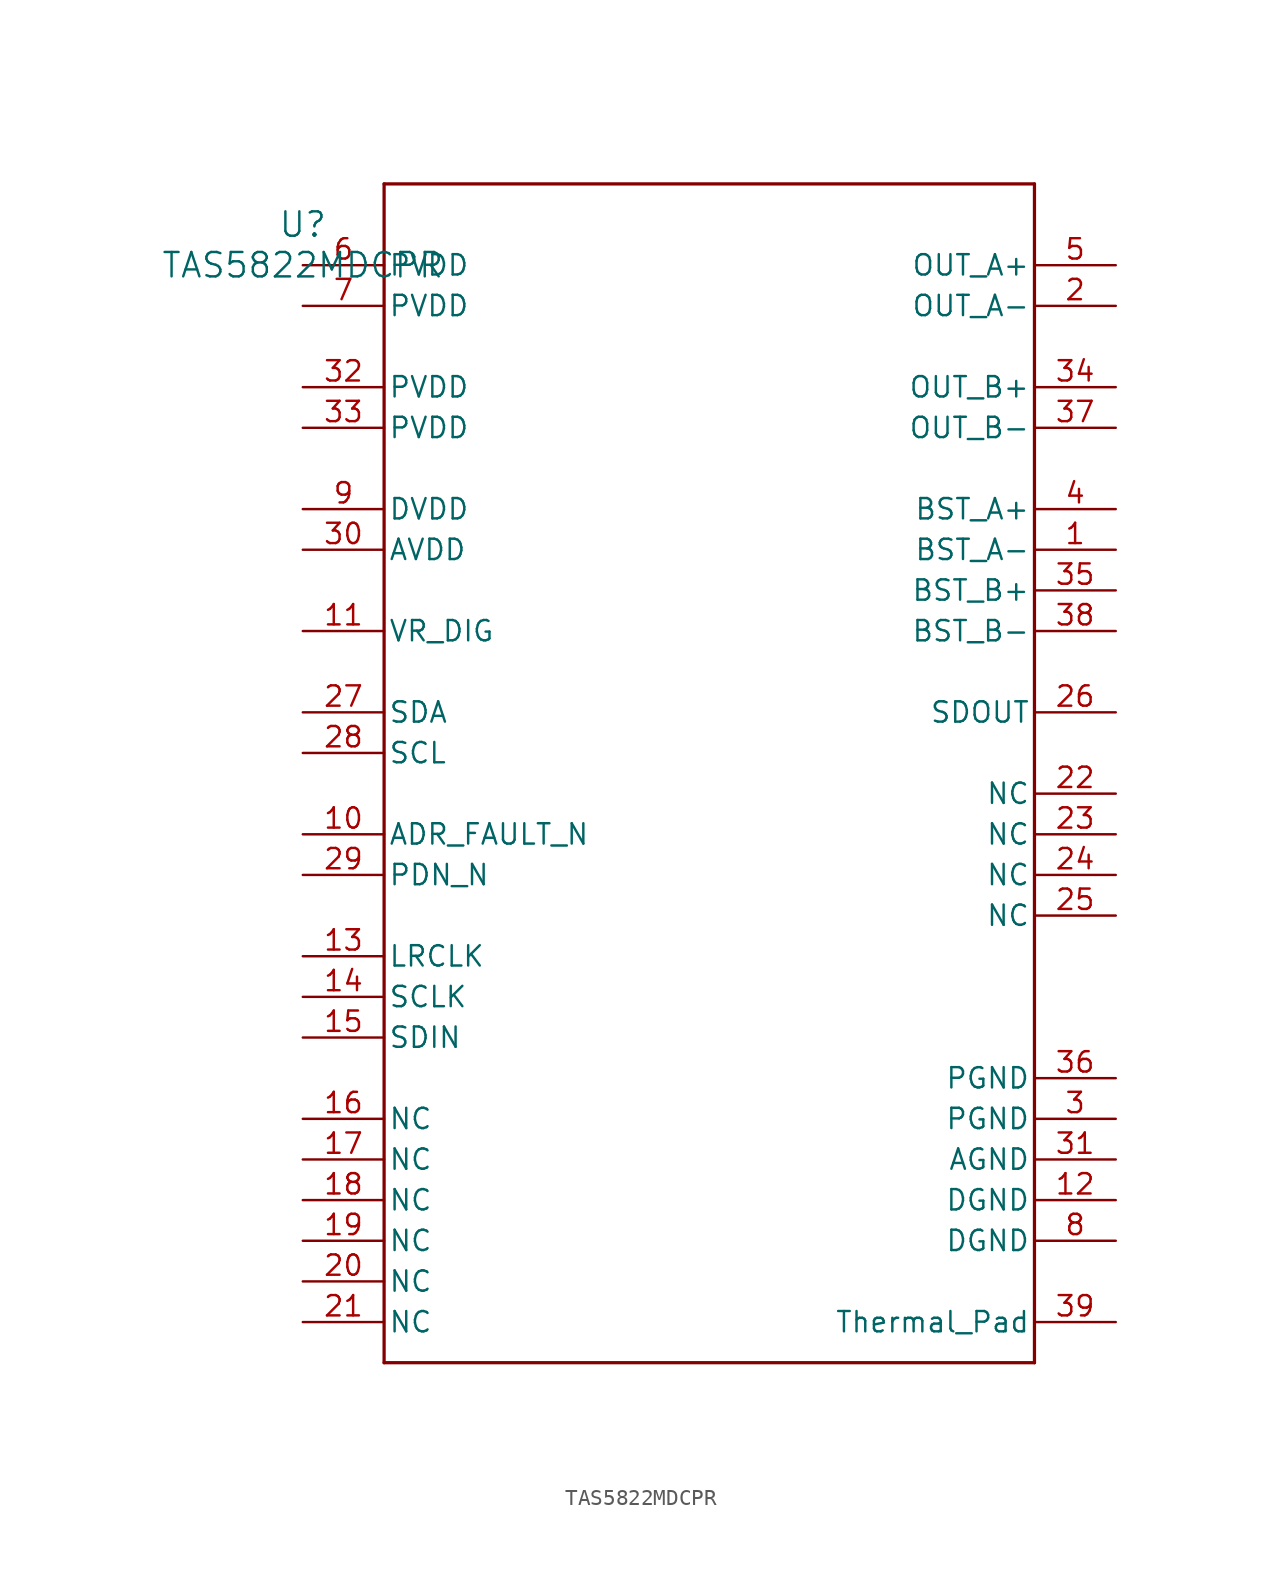
<source format=kicad_sym>
(kicad_symbol_lib
  (version 20211014)
  (generator kicad_symbol_editor)
  (symbol "TAS5822MDCPR"
    (pin_names
      (offset 0.254))
    (property "Reference" "U"
      (at 0 2.54 0)
      (effects (font (size 1.524 1.524))))
    (property "Value" "TAS5822MDCPR"
      (at 0 0 0)
      (effects (font (size 1.524 1.524))))
    (symbol "TAS5822MDCPR_0_1"
      (polyline (pts (xy 5.08 -68.58) (xy 45.72 -68.58)) (stroke (width 0.203) (type default) (color 0 0 0 0)) (fill (type none)))
      (polyline (pts (xy 45.72 -68.58) (xy 45.72 5.08)) (stroke (width 0.203) (type default) (color 0 0 0 0)) (fill (type none)))
      (polyline (pts (xy 45.72 5.08) (xy 5.08 5.08)) (stroke (width 0.203) (type default) (color 0 0 0 0)) (fill (type none)))
      (polyline (pts (xy 5.08 5.08) (xy 5.08 -68.58)) (stroke (width 0.203) (type default) (color 0 0 0 0)) (fill (type none)))
      (pin power_in line (at 50.8 -17.78 180) (length 5.08) (name "BST_A-" (effects (font (size 1.27 1.27)))) (number "1" (effects (font (size 1.27 1.27)))))
      (pin output line (at 50.8 -2.54 180) (length 5.08) (name "OUT_A-" (effects (font (size 1.27 1.27)))) (number "2" (effects (font (size 1.27 1.27)))))
      (pin power_in line (at 50.8 -53.34 180) (length 5.08) (name "PGND" (effects (font (size 1.27 1.27)))) (number "3" (effects (font (size 1.27 1.27)))))
      (pin power_in line (at 50.8 -15.24 180) (length 5.08) (name "BST_A+" (effects (font (size 1.27 1.27)))) (number "4" (effects (font (size 1.27 1.27)))))
      (pin output line (at 50.8 0 180) (length 5.08) (name "OUT_A+" (effects (font (size 1.27 1.27)))) (number "5" (effects (font (size 1.27 1.27)))))
      (pin power_in line (at 0 0 0) (length 5.08) (name "PVDD" (effects (font (size 1.27 1.27)))) (number "6" (effects (font (size 1.27 1.27)))))
      (pin power_in line (at 0 -2.54 0) (length 5.08) (name "PVDD" (effects (font (size 1.27 1.27)))) (number "7" (effects (font (size 1.27 1.27)))))
      (pin power_in line (at 50.8 -60.96 180) (length 5.08) (name "DGND" (effects (font (size 1.27 1.27)))) (number "8" (effects (font (size 1.27 1.27)))))
      (pin power_in line (at 0 -15.24 0) (length 5.08) (name "DVDD" (effects (font (size 1.27 1.27)))) (number "9" (effects (font (size 1.27 1.27)))))
      (pin bidirectional line (at 0 -35.56 0) (length 5.08) (name "ADR_FAULT_N" (effects (font (size 1.27 1.27)))) (number "10" (effects (font (size 1.27 1.27)))))
      (pin power_in line (at 0 -22.86 0) (length 5.08) (name "VR_DIG" (effects (font (size 1.27 1.27)))) (number "11" (effects (font (size 1.27 1.27)))))
      (pin power_in line (at 50.8 -58.42 180) (length 5.08) (name "DGND" (effects (font (size 1.27 1.27)))) (number "12" (effects (font (size 1.27 1.27)))))
      (pin input line (at 0 -43.18 0) (length 5.08) (name "LRCLK" (effects (font (size 1.27 1.27)))) (number "13" (effects (font (size 1.27 1.27)))))
      (pin input line (at 0 -45.72 0) (length 5.08) (name "SCLK" (effects (font (size 1.27 1.27)))) (number "14" (effects (font (size 1.27 1.27)))))
      (pin input line (at 0 -48.26 0) (length 5.08) (name "SDIN" (effects (font (size 1.27 1.27)))) (number "15" (effects (font (size 1.27 1.27)))))
      (pin unspecified line (at 0 -53.34 0) (length 5.08) (name "NC" (effects (font (size 1.27 1.27)))) (number "16" (effects (font (size 1.27 1.27)))))
      (pin unspecified line (at 0 -55.88 0) (length 5.08) (name "NC" (effects (font (size 1.27 1.27)))) (number "17" (effects (font (size 1.27 1.27)))))
      (pin unspecified line (at 0 -58.42 0) (length 5.08) (name "NC" (effects (font (size 1.27 1.27)))) (number "18" (effects (font (size 1.27 1.27)))))
      (pin unspecified line (at 0 -60.96 0) (length 5.08) (name "NC" (effects (font (size 1.27 1.27)))) (number "19" (effects (font (size 1.27 1.27)))))
      (pin unspecified line (at 0 -63.5 0) (length 5.08) (name "NC" (effects (font (size 1.27 1.27)))) (number "20" (effects (font (size 1.27 1.27)))))
      (pin unspecified line (at 0 -66.04 0) (length 5.08) (name "NC" (effects (font (size 1.27 1.27)))) (number "21" (effects (font (size 1.27 1.27)))))
      (pin unspecified line (at 50.8 -33.02 180) (length 5.08) (name "NC" (effects (font (size 1.27 1.27)))) (number "22" (effects (font (size 1.27 1.27)))))
      (pin unspecified line (at 50.8 -35.56 180) (length 5.08) (name "NC" (effects (font (size 1.27 1.27)))) (number "23" (effects (font (size 1.27 1.27)))))
      (pin unspecified line (at 50.8 -38.1 180) (length 5.08) (name "NC" (effects (font (size 1.27 1.27)))) (number "24" (effects (font (size 1.27 1.27)))))
      (pin unspecified line (at 50.8 -40.64 180) (length 5.08) (name "NC" (effects (font (size 1.27 1.27)))) (number "25" (effects (font (size 1.27 1.27)))))
      (pin output line (at 50.8 -27.94 180) (length 5.08) (name "SDOUT" (effects (font (size 1.27 1.27)))) (number "26" (effects (font (size 1.27 1.27)))))
      (pin bidirectional line (at 0 -27.94 0) (length 5.08) (name "SDA" (effects (font (size 1.27 1.27)))) (number "27" (effects (font (size 1.27 1.27)))))
      (pin input line (at 0 -30.48 0) (length 5.08) (name "SCL" (effects (font (size 1.27 1.27)))) (number "28" (effects (font (size 1.27 1.27)))))
      (pin input line (at 0 -38.1 0) (length 5.08) (name "PDN_N" (effects (font (size 1.27 1.27)))) (number "29" (effects (font (size 1.27 1.27)))))
      (pin power_in line (at 0 -17.78 0) (length 5.08) (name "AVDD" (effects (font (size 1.27 1.27)))) (number "30" (effects (font (size 1.27 1.27)))))
      (pin power_in line (at 50.8 -55.88 180) (length 5.08) (name "AGND" (effects (font (size 1.27 1.27)))) (number "31" (effects (font (size 1.27 1.27)))))
      (pin power_in line (at 0 -7.62 0) (length 5.08) (name "PVDD" (effects (font (size 1.27 1.27)))) (number "32" (effects (font (size 1.27 1.27)))))
      (pin power_in line (at 0 -10.16 0) (length 5.08) (name "PVDD" (effects (font (size 1.27 1.27)))) (number "33" (effects (font (size 1.27 1.27)))))
      (pin output line (at 50.8 -7.62 180) (length 5.08) (name "OUT_B+" (effects (font (size 1.27 1.27)))) (number "34" (effects (font (size 1.27 1.27)))))
      (pin power_in line (at 50.8 -20.32 180) (length 5.08) (name "BST_B+" (effects (font (size 1.27 1.27)))) (number "35" (effects (font (size 1.27 1.27)))))
      (pin power_in line (at 50.8 -50.8 180) (length 5.08) (name "PGND" (effects (font (size 1.27 1.27)))) (number "36" (effects (font (size 1.27 1.27)))))
      (pin output line (at 50.8 -10.16 180) (length 5.08) (name "OUT_B-" (effects (font (size 1.27 1.27)))) (number "37" (effects (font (size 1.27 1.27)))))
      (pin power_in line (at 50.8 -22.86 180) (length 5.08) (name "BST_B-" (effects (font (size 1.27 1.27)))) (number "38" (effects (font (size 1.27 1.27)))))
      (pin power_in line (at 50.8 -66.04 180) (length 5.08) (name "Thermal_Pad" (effects (font (size 1.27 1.27)))) (number "39" (effects (font (size 1.27 1.27))))))))
</source>
